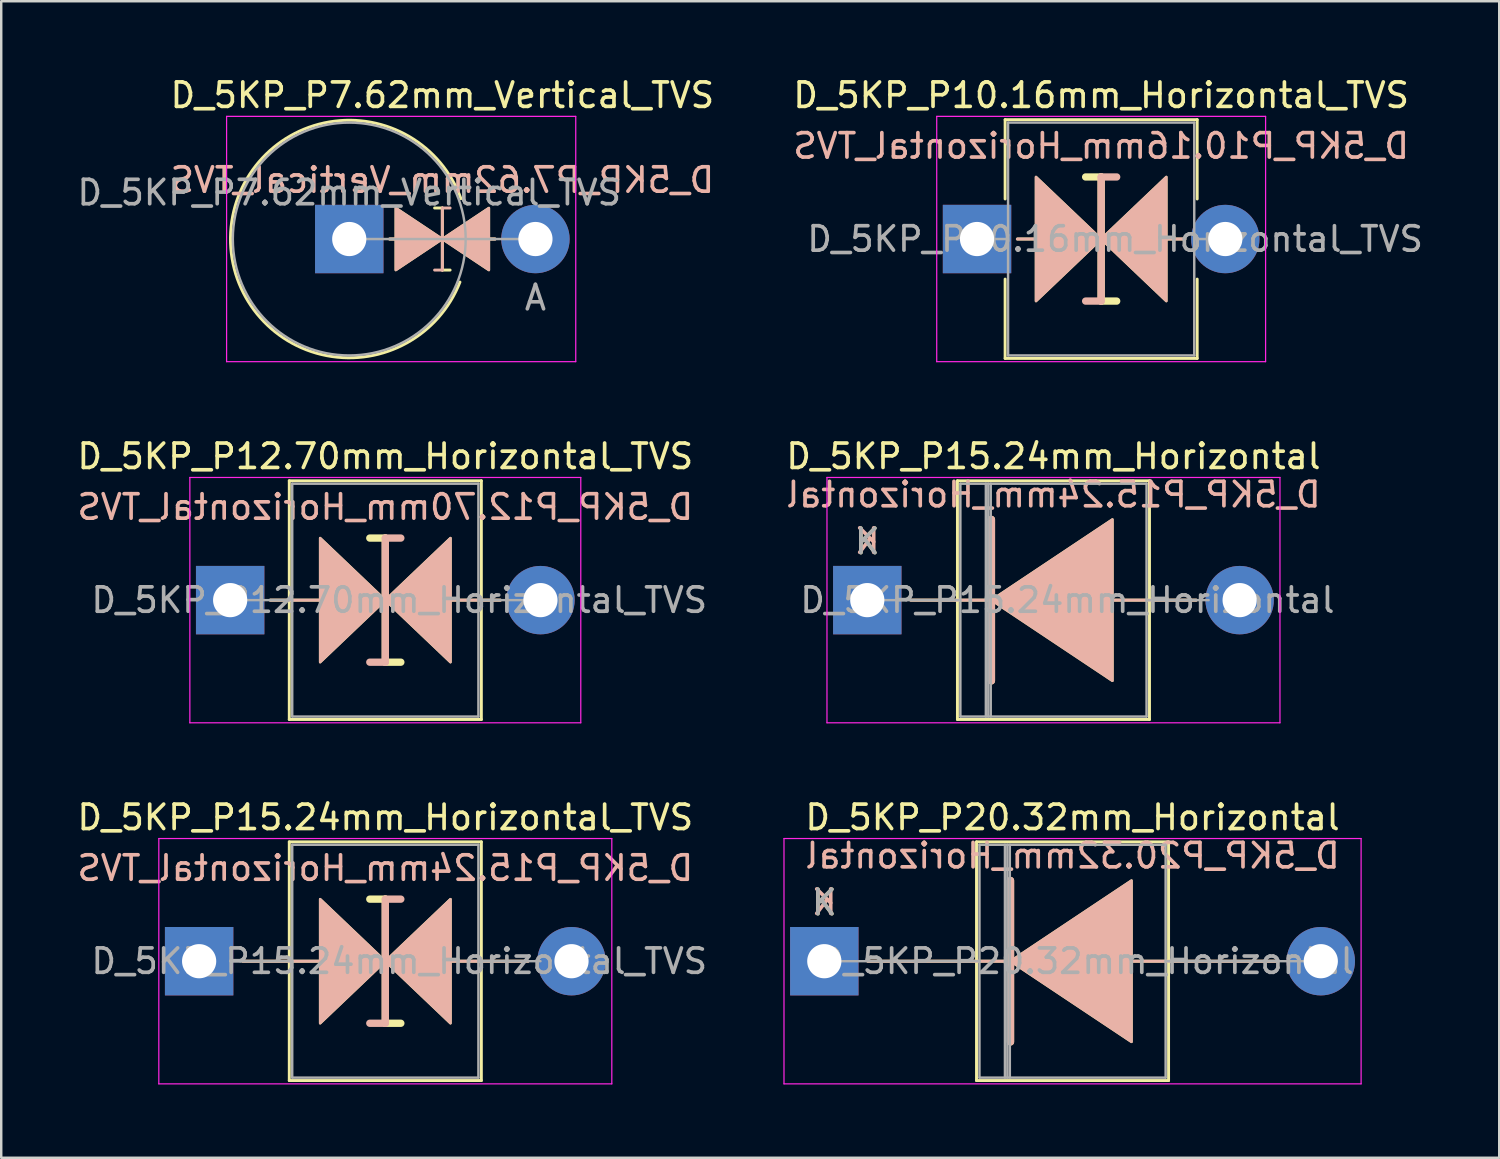
<source format=kicad_pcb>
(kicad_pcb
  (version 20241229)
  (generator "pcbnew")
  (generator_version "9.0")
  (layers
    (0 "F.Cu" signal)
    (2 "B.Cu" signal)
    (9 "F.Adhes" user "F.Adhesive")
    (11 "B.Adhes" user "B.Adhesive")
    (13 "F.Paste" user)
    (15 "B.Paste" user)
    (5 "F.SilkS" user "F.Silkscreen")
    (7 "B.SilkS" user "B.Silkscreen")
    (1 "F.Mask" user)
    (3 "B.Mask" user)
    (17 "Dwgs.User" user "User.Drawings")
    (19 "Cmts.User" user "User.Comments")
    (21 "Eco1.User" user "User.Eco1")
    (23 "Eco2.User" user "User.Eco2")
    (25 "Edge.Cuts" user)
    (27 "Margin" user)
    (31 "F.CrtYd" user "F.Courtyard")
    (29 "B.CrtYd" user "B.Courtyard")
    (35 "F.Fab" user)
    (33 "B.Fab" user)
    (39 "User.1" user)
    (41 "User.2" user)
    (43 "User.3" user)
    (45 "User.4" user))
  (footprint "D_5KP_P7.62mm_Vertical_TVS"
    (layer "F.Cu")
    (at 11.244 6.733)
    (property "Reference" "D_5KP_P7.62mm_Vertical_TVS" (at 3.81 -5.885 0) (layer "F.SilkS") (effects (font (size 1 1) (thickness 0.15))))
    (fp_line (start 1.651 0) (end 5.969 0) (stroke (width 0.12) (type solid)) (layer "F.SilkS"))
    (fp_line (start 3.493 -1.27) (end 3.81 -1.27) (stroke (width 0.12) (type solid)) (layer "F.SilkS"))
    (fp_line (start 3.81 -1.27) (end 3.81 1.27) (stroke (width 0.12) (type solid)) (layer "F.SilkS"))
    (fp_line (start 3.81 1.27) (end 4.128 1.27) (stroke (width 0.12) (type solid)) (layer "F.SilkS"))
    (fp_arc (start 4.530442 1.761839) (mid -4.860605 -0.059187) (end 4.572 -1.650999) (stroke (width 0.12) (type solid)) (layer "F.SilkS"))
    (fp_poly (pts (xy 1.905 -1.27) (xy 3.81 0) (xy 1.905 1.27)) (stroke (width 0.1) (type solid)) (fill yes) (layer "F.SilkS"))
    (fp_poly (pts (xy 5.715 1.27) (xy 3.81 0) (xy 5.715 -1.27)) (stroke (width 0.1) (type solid)) (fill yes) (layer "F.SilkS"))
    (fp_line (start 1.651 0) (end 5.969 0) (stroke (width 0.12) (type solid)) (layer "B.SilkS"))
    (fp_line (start 3.493 1.27) (end 3.81 1.27) (stroke (width 0.12) (type solid)) (layer "B.SilkS"))
    (fp_line (start 3.81 -1.27) (end 4.128 -1.27) (stroke (width 0.12) (type solid)) (layer "B.SilkS"))
    (fp_line (start 3.81 1.27) (end 3.81 -1.27) (stroke (width 0.12) (type solid)) (layer "B.SilkS"))
    (fp_poly (pts (xy 1.905 1.27) (xy 3.81 0) (xy 1.905 -1.27)) (stroke (width 0.1) (type solid)) (fill yes) (layer "B.SilkS"))
    (fp_poly (pts (xy 5.715 -1.27) (xy 3.81 0) (xy 5.715 1.27)) (stroke (width 0.1) (type solid)) (fill yes) (layer "B.SilkS"))
    (fp_line (start -5.02 -5.02) (end -5.02 5.02) (stroke (width 0.05) (type solid)) (layer "F.CrtYd"))
    (fp_line (start -5.02 5.02) (end 9.27 5.02) (stroke (width 0.05) (type solid)) (layer "F.CrtYd"))
    (fp_line (start 9.27 -5.02) (end -5.02 -5.02) (stroke (width 0.05) (type solid)) (layer "F.CrtYd"))
    (fp_line (start 9.27 5.02) (end 9.27 -5.02) (stroke (width 0.05) (type solid)) (layer "F.CrtYd"))
    (fp_line (start 0 0) (end 7.62 0) (stroke (width 0.1) (type solid)) (layer "F.Fab"))
    (fp_circle (center 0 0) (end 4.765 0) (stroke (width 0.1) (type solid)) (fill no) (layer "F.Fab"))
    (fp_text user "${REFERENCE}" (at 3.81 -2.413 0) (layer "B.SilkS") (effects (font (size 1 1) (thickness 0.15)) (justify mirror)))
    (fp_text user "${REFERENCE}" (at 0 -1.9 0) (layer "F.Fab") (effects (font (size 1 1) (thickness 0.15))))
    (fp_text user "A" (at 7.62 2.4 0) (layer "F.Fab") (effects (font (size 1 1) (thickness 0.15))))
    (pad "1" thru_hole rect (at 0 0) (size 2.8 2.8) (drill 1.4) (layers "*.Cu" "*.Mask"))
    (pad "2" thru_hole oval (at 7.62 0) (size 2.8 2.8) (drill 1.4) (layers "*.Cu" "*.Mask")))
  (footprint "D_5KP_P10.16mm_Horizontal_TVS"
    (layer "F.Cu")
    (at 36.938 6.733)
    (property "Reference" "D_5KP_P10.16mm_Horizontal_TVS" (at 5.08 -5.885 0) (layer "F.SilkS") (effects (font (size 1 1) (thickness 0.15))))
    (fp_line (start 1.15 -4.885) (end 9.01 -4.885) (stroke (width 0.12) (type solid)) (layer "F.SilkS"))
    (fp_line (start 1.15 -1.64) (end 1.15 -4.885) (stroke (width 0.12) (type solid)) (layer "F.SilkS"))
    (fp_line (start 1.15 1.64) (end 1.15 4.885) (stroke (width 0.12) (type solid)) (layer "F.SilkS"))
    (fp_line (start 1.15 4.885) (end 9.01 4.885) (stroke (width 0.12) (type solid)) (layer "F.SilkS"))
    (fp_line (start 1.651 0) (end 2.413 0) (stroke (width 0.12) (type solid)) (layer "F.SilkS"))
    (fp_line (start 5.08 -2.54) (end 4.445 -2.54) (stroke (width 0.3) (type solid)) (layer "F.SilkS"))
    (fp_line (start 5.08 2.54) (end 5.08 -2.54) (stroke (width 0.3) (type solid)) (layer "F.SilkS"))
    (fp_line (start 5.715 2.54) (end 5.08 2.54) (stroke (width 0.3) (type solid)) (layer "F.SilkS"))
    (fp_line (start 8.509 0) (end 7.747 0) (stroke (width 0.12) (type solid)) (layer "F.SilkS"))
    (fp_line (start 9.01 -4.885) (end 9.01 -1.64) (stroke (width 0.12) (type solid)) (layer "F.SilkS"))
    (fp_line (start 9.01 4.885) (end 9.01 1.64) (stroke (width 0.12) (type solid)) (layer "F.SilkS"))
    (fp_poly (pts (xy 5.08 0) (xy 2.413 2.54) (xy 2.413 -2.54)) (stroke (width 0.1) (type solid)) (fill yes) (layer "F.SilkS"))
    (fp_poly (pts (xy 5.08 0) (xy 7.747 -2.54) (xy 7.747 2.54)) (stroke (width 0.1) (type solid)) (fill yes) (layer "F.SilkS"))
    (fp_line (start 1.651 0) (end 2.413 0) (stroke (width 0.12) (type solid)) (layer "B.SilkS"))
    (fp_line (start 5.08 -2.54) (end 5.08 2.54) (stroke (width 0.3) (type solid)) (layer "B.SilkS"))
    (fp_line (start 5.08 2.54) (end 4.445 2.54) (stroke (width 0.3) (type solid)) (layer "B.SilkS"))
    (fp_line (start 5.715 -2.54) (end 5.08 -2.54) (stroke (width 0.3) (type solid)) (layer "B.SilkS"))
    (fp_line (start 8.509 0) (end 7.747 0) (stroke (width 0.12) (type solid)) (layer "B.SilkS"))
    (fp_poly (pts (xy 5.08 0) (xy 2.413 -2.54) (xy 2.413 2.54)) (stroke (width 0.1) (type solid)) (fill yes) (layer "B.SilkS"))
    (fp_poly (pts (xy 5.08 0) (xy 7.747 2.54) (xy 7.747 -2.54)) (stroke (width 0.1) (type solid)) (fill yes) (layer "B.SilkS"))
    (fp_line (start -1.65 -5.02) (end -1.65 5.02) (stroke (width 0.05) (type solid)) (layer "F.CrtYd"))
    (fp_line (start -1.65 5.02) (end 11.81 5.02) (stroke (width 0.05) (type solid)) (layer "F.CrtYd"))
    (fp_line (start 11.81 -5.02) (end -1.65 -5.02) (stroke (width 0.05) (type solid)) (layer "F.CrtYd"))
    (fp_line (start 11.81 5.02) (end 11.81 -5.02) (stroke (width 0.05) (type solid)) (layer "F.CrtYd"))
    (fp_line (start 0 0) (end 1.27 0) (stroke (width 0.1) (type solid)) (layer "F.Fab"))
    (fp_line (start 1.27 -4.765) (end 1.27 4.765) (stroke (width 0.1) (type solid)) (layer "F.Fab"))
    (fp_line (start 1.27 4.765) (end 8.89 4.765) (stroke (width 0.1) (type solid)) (layer "F.Fab"))
    (fp_line (start 8.89 -4.765) (end 1.27 -4.765) (stroke (width 0.1) (type solid)) (layer "F.Fab"))
    (fp_line (start 8.89 4.765) (end 8.89 -4.765) (stroke (width 0.1) (type solid)) (layer "F.Fab"))
    (fp_line (start 10.16 0) (end 8.89 0) (stroke (width 0.1) (type solid)) (layer "F.Fab"))
    (fp_text user "${REFERENCE}" (at 5.08 -3.81 0) (layer "B.SilkS") (effects (font (size 1 1) (thickness 0.15)) (justify mirror)))
    (fp_text user "${REFERENCE}" (at 5.652 0 0) (layer "F.Fab") (effects (font (size 1 1) (thickness 0.15))))
    (pad "1" thru_hole rect (at 0 0) (size 2.8 2.8) (drill 1.4) (layers "*.Cu" "*.Mask"))
    (pad "2" thru_hole oval (at 10.16 0) (size 2.8 2.8) (drill 1.4) (layers "*.Cu" "*.Mask")))
  (footprint "D_5KP_P15.24mm_Horizontal"
    (layer "F.Cu")
    (at 32.446 21.512)
    (property "Reference" "D_5KP_P15.24mm_Horizontal" (at 7.62 -5.885 0) (layer "F.SilkS") (effects (font (size 1 1) (thickness 0.15))))
    (fp_line (start 1.778 0) (end 4.953 0) (stroke (width 0.12) (type solid)) (layer "F.SilkS"))
    (fp_line (start 3.69 -4.885) (end 3.69 4.885) (stroke (width 0.12) (type solid)) (layer "F.SilkS"))
    (fp_line (start 3.69 4.885) (end 11.55 4.885) (stroke (width 0.12) (type solid)) (layer "F.SilkS"))
    (fp_line (start 5.08 -3.302) (end 5.08 3.302) (stroke (width 0.3) (type solid)) (layer "F.SilkS"))
    (fp_line (start 11.55 -4.885) (end 3.69 -4.885) (stroke (width 0.12) (type solid)) (layer "F.SilkS"))
    (fp_line (start 11.55 4.885) (end 11.55 -4.885) (stroke (width 0.12) (type solid)) (layer "F.SilkS"))
    (fp_line (start 13.462 0) (end 10.07 0) (stroke (width 0.12) (type solid)) (layer "F.SilkS"))
    (fp_poly (pts (xy 10.033 3.302) (xy 5.08 0) (xy 10.033 -3.302)) (stroke (width 0.1) (type solid)) (fill yes) (layer "F.SilkS"))
    (fp_line (start 1.778 0) (end 4.953 0) (stroke (width 0.12) (type solid)) (layer "B.SilkS"))
    (fp_line (start 5.08 3.302) (end 5.08 -3.302) (stroke (width 0.3) (type solid)) (layer "B.SilkS"))
    (fp_line (start 13.462 0) (end 10.07 0) (stroke (width 0.12) (type solid)) (layer "B.SilkS"))
    (fp_poly (pts (xy 10.033 -3.302) (xy 5.08 0) (xy 10.033 3.302)) (stroke (width 0.1) (type solid)) (fill yes) (layer "B.SilkS"))
    (fp_line (start -1.65 -5.02) (end -1.65 5.02) (stroke (width 0.05) (type solid)) (layer "F.CrtYd"))
    (fp_line (start -1.65 5.02) (end 16.89 5.02) (stroke (width 0.05) (type solid)) (layer "F.CrtYd"))
    (fp_line (start 16.89 -5.02) (end -1.65 -5.02) (stroke (width 0.05) (type solid)) (layer "F.CrtYd"))
    (fp_line (start 16.89 5.02) (end 16.89 -5.02) (stroke (width 0.05) (type solid)) (layer "F.CrtYd"))
    (fp_line (start 0 0) (end 3.81 0) (stroke (width 0.1) (type solid)) (layer "F.Fab"))
    (fp_line (start 3.81 -4.765) (end 3.81 4.765) (stroke (width 0.1) (type solid)) (layer "F.Fab"))
    (fp_line (start 3.81 4.765) (end 11.43 4.765) (stroke (width 0.1) (type solid)) (layer "F.Fab"))
    (fp_line (start 4.853 -4.765) (end 4.853 4.765) (stroke (width 0.1) (type solid)) (layer "F.Fab"))
    (fp_line (start 4.953 -4.765) (end 4.953 4.765) (stroke (width 0.1) (type solid)) (layer "F.Fab"))
    (fp_line (start 5.053 -4.765) (end 5.053 4.765) (stroke (width 0.1) (type solid)) (layer "F.Fab"))
    (fp_line (start 11.43 -4.765) (end 3.81 -4.765) (stroke (width 0.1) (type solid)) (layer "F.Fab"))
    (fp_line (start 11.43 4.765) (end 11.43 -4.765) (stroke (width 0.1) (type solid)) (layer "F.Fab"))
    (fp_line (start 13.97 0) (end 11.43 0) (stroke (width 0.1) (type solid)) (layer "F.Fab"))
    (fp_text user "K" (at 0 -2.4 0) (layer "F.SilkS") (effects (font (size 1 1) (thickness 0.15))))
    (fp_text user "${REFERENCE}" (at 7.62 -4.318 0) (layer "B.SilkS") (effects (font (size 1 1) (thickness 0.15)) (justify mirror)))
    (fp_text user "K" (at 0 -2.413 0) (layer "B.SilkS") (effects (font (size 1 1) (thickness 0.15)) (justify mirror)))
    (fp_text user "K" (at 0 -2.4 0) (layer "F.Fab") (effects (font (size 1 1) (thickness 0.15))))
    (fp_text user "${REFERENCE}" (at 8.191 0 0) (layer "F.Fab") (effects (font (size 1 1) (thickness 0.15))))
    (pad "1" thru_hole rect (at 0 0) (size 2.8 2.8) (drill 1.4) (layers "*.Cu" "*.Mask"))
    (pad "2" thru_hole oval (at 15.24 0) (size 2.8 2.8) (drill 1.4) (layers "*.Cu" "*.Mask")))
  (footprint "D_5KP_P20.32mm_Horizontal"
    (layer "F.Cu")
    (at 30.687 36.29)
    (property "Reference" "D_5KP_P20.32mm_Horizontal" (at 10.16 -5.885 0) (layer "F.SilkS") (effects (font (size 1 1) (thickness 0.15))))
    (fp_line (start 1.778 0) (end 7.493 0) (stroke (width 0.12) (type solid)) (layer "F.SilkS"))
    (fp_line (start 6.23 -4.885) (end 6.23 4.885) (stroke (width 0.12) (type solid)) (layer "F.SilkS"))
    (fp_line (start 6.23 4.885) (end 14.09 4.885) (stroke (width 0.12) (type solid)) (layer "F.SilkS"))
    (fp_line (start 7.62 -3.302) (end 7.62 3.302) (stroke (width 0.3) (type solid)) (layer "F.SilkS"))
    (fp_line (start 14.09 -4.885) (end 6.23 -4.885) (stroke (width 0.12) (type solid)) (layer "F.SilkS"))
    (fp_line (start 14.09 4.885) (end 14.09 -4.885) (stroke (width 0.12) (type solid)) (layer "F.SilkS"))
    (fp_line (start 18.542 0) (end 12.61 0) (stroke (width 0.12) (type solid)) (layer "F.SilkS"))
    (fp_poly (pts (xy 12.573 3.302) (xy 7.62 0) (xy 12.573 -3.302)) (stroke (width 0.1) (type solid)) (fill yes) (layer "F.SilkS"))
    (fp_line (start 1.778 0) (end 7.493 0) (stroke (width 0.12) (type solid)) (layer "B.SilkS"))
    (fp_line (start 7.62 3.302) (end 7.62 -3.302) (stroke (width 0.3) (type solid)) (layer "B.SilkS"))
    (fp_line (start 18.542 0) (end 12.61 0) (stroke (width 0.12) (type solid)) (layer "B.SilkS"))
    (fp_poly (pts (xy 12.573 -3.302) (xy 7.62 0) (xy 12.573 3.302)) (stroke (width 0.1) (type solid)) (fill yes) (layer "B.SilkS"))
    (fp_line (start -1.65 -5.02) (end -1.65 5.02) (stroke (width 0.05) (type solid)) (layer "F.CrtYd"))
    (fp_line (start -1.65 5.02) (end 21.97 5.02) (stroke (width 0.05) (type solid)) (layer "F.CrtYd"))
    (fp_line (start 21.97 -5.02) (end -1.65 -5.02) (stroke (width 0.05) (type solid)) (layer "F.CrtYd"))
    (fp_line (start 21.97 5.02) (end 21.97 -5.02) (stroke (width 0.05) (type solid)) (layer "F.CrtYd"))
    (fp_line (start 0 0) (end 6.35 0) (stroke (width 0.1) (type solid)) (layer "F.Fab"))
    (fp_line (start 6.35 -4.765) (end 6.35 4.765) (stroke (width 0.1) (type solid)) (layer "F.Fab"))
    (fp_line (start 6.35 4.765) (end 13.97 4.765) (stroke (width 0.1) (type solid)) (layer "F.Fab"))
    (fp_line (start 7.393 -4.765) (end 7.393 4.765) (stroke (width 0.1) (type solid)) (layer "F.Fab"))
    (fp_line (start 7.493 -4.765) (end 7.493 4.765) (stroke (width 0.1) (type solid)) (layer "F.Fab"))
    (fp_line (start 7.593 -4.765) (end 7.593 4.765) (stroke (width 0.1) (type solid)) (layer "F.Fab"))
    (fp_line (start 13.97 -4.765) (end 6.35 -4.765) (stroke (width 0.1) (type solid)) (layer "F.Fab"))
    (fp_line (start 13.97 4.765) (end 13.97 -4.765) (stroke (width 0.1) (type solid)) (layer "F.Fab"))
    (fp_line (start 20.32 0) (end 13.97 0) (stroke (width 0.1) (type solid)) (layer "F.Fab"))
    (fp_text user "K" (at 0 -2.4 0) (layer "F.SilkS") (effects (font (size 1 1) (thickness 0.15))))
    (fp_text user "K" (at 0 -2.413 0) (layer "B.SilkS") (effects (font (size 1 1) (thickness 0.15)) (justify mirror)))
    (fp_text user "${REFERENCE}" (at 10.16 -4.318 0) (layer "B.SilkS") (effects (font (size 1 1) (thickness 0.15)) (justify mirror)))
    (fp_text user "${REFERENCE}" (at 10.732 0 0) (layer "F.Fab") (effects (font (size 1 1) (thickness 0.15))))
    (fp_text user "K" (at 0 -2.4 0) (layer "F.Fab") (effects (font (size 1 1) (thickness 0.15))))
    (pad "1" thru_hole rect (at 0 0) (size 2.8 2.8) (drill 1.4) (layers "*.Cu" "*.Mask"))
    (pad "2" thru_hole oval (at 20.32 0) (size 2.8 2.8) (drill 1.4) (layers "*.Cu" "*.Mask")))
  (footprint "D_5KP_P15.24mm_Horizontal_TVS"
    (layer "F.Cu")
    (at 5.1 36.29)
    (property "Reference" "D_5KP_P15.24mm_Horizontal_TVS" (at 7.62 -5.885 0) (layer "F.SilkS") (effects (font (size 1 1) (thickness 0.15))))
    (fp_line (start 1.778 0) (end 4.953 0) (stroke (width 0.12) (type solid)) (layer "F.SilkS"))
    (fp_line (start 3.69 -4.885) (end 3.69 4.885) (stroke (width 0.12) (type solid)) (layer "F.SilkS"))
    (fp_line (start 3.69 4.885) (end 11.55 4.885) (stroke (width 0.12) (type solid)) (layer "F.SilkS"))
    (fp_line (start 7.62 -2.54) (end 6.985 -2.54) (stroke (width 0.3) (type solid)) (layer "F.SilkS"))
    (fp_line (start 7.62 2.54) (end 7.62 -2.54) (stroke (width 0.3) (type solid)) (layer "F.SilkS"))
    (fp_line (start 8.255 2.54) (end 7.62 2.54) (stroke (width 0.3) (type solid)) (layer "F.SilkS"))
    (fp_line (start 11.55 -4.885) (end 3.69 -4.885) (stroke (width 0.12) (type solid)) (layer "F.SilkS"))
    (fp_line (start 11.55 4.885) (end 11.55 -4.885) (stroke (width 0.12) (type solid)) (layer "F.SilkS"))
    (fp_line (start 13.462 0) (end 10.287 0) (stroke (width 0.12) (type solid)) (layer "F.SilkS"))
    (fp_poly (pts (xy 7.62 0) (xy 4.953 2.54) (xy 4.953 -2.54)) (stroke (width 0.1) (type solid)) (fill yes) (layer "F.SilkS"))
    (fp_poly (pts (xy 7.62 0) (xy 10.287 -2.54) (xy 10.287 2.54)) (stroke (width 0.1) (type solid)) (fill yes) (layer "F.SilkS"))
    (fp_line (start 1.778 0) (end 4.953 0) (stroke (width 0.12) (type solid)) (layer "B.SilkS"))
    (fp_line (start 7.62 -2.54) (end 7.62 2.54) (stroke (width 0.3) (type solid)) (layer "B.SilkS"))
    (fp_line (start 7.62 2.54) (end 6.985 2.54) (stroke (width 0.3) (type solid)) (layer "B.SilkS"))
    (fp_line (start 8.255 -2.54) (end 7.62 -2.54) (stroke (width 0.3) (type solid)) (layer "B.SilkS"))
    (fp_line (start 13.462 0) (end 10.287 0) (stroke (width 0.12) (type solid)) (layer "B.SilkS"))
    (fp_poly (pts (xy 7.62 0) (xy 4.953 -2.54) (xy 4.953 2.54)) (stroke (width 0.1) (type solid)) (fill yes) (layer "B.SilkS"))
    (fp_poly (pts (xy 7.62 0) (xy 10.287 2.54) (xy 10.287 -2.54)) (stroke (width 0.1) (type solid)) (fill yes) (layer "B.SilkS"))
    (fp_line (start -1.65 -5.02) (end -1.65 5.02) (stroke (width 0.05) (type solid)) (layer "F.CrtYd"))
    (fp_line (start -1.65 5.02) (end 16.89 5.02) (stroke (width 0.05) (type solid)) (layer "F.CrtYd"))
    (fp_line (start 16.89 -5.02) (end -1.65 -5.02) (stroke (width 0.05) (type solid)) (layer "F.CrtYd"))
    (fp_line (start 16.89 5.02) (end 16.89 -5.02) (stroke (width 0.05) (type solid)) (layer "F.CrtYd"))
    (fp_line (start 1.27 0) (end 3.81 0) (stroke (width 0.1) (type solid)) (layer "F.Fab"))
    (fp_line (start 3.81 -4.765) (end 3.81 4.765) (stroke (width 0.1) (type solid)) (layer "F.Fab"))
    (fp_line (start 3.81 4.765) (end 11.43 4.765) (stroke (width 0.1) (type solid)) (layer "F.Fab"))
    (fp_line (start 11.43 -4.765) (end 3.81 -4.765) (stroke (width 0.1) (type solid)) (layer "F.Fab"))
    (fp_line (start 11.43 4.765) (end 11.43 -4.765) (stroke (width 0.1) (type solid)) (layer "F.Fab"))
    (fp_line (start 13.97 0) (end 11.43 0) (stroke (width 0.1) (type solid)) (layer "F.Fab"))
    (fp_text user "${REFERENCE}" (at 7.62 -3.81 0) (layer "B.SilkS") (effects (font (size 1 1) (thickness 0.15)) (justify mirror)))
    (fp_text user "${REFERENCE}" (at 8.191 0 0) (layer "F.Fab") (effects (font (size 1 1) (thickness 0.15))))
    (pad "1" thru_hole rect (at 0 0) (size 2.8 2.8) (drill 1.4) (layers "*.Cu" "*.Mask"))
    (pad "2" thru_hole oval (at 15.24 0) (size 2.8 2.8) (drill 1.4) (layers "*.Cu" "*.Mask")))
  (footprint "D_5KP_P12.70mm_Horizontal_TVS"
    (layer "F.Cu")
    (at 6.37 21.512)
    (property "Reference" "D_5KP_P12.70mm_Horizontal_TVS" (at 6.35 -5.885 0) (layer "F.SilkS") (effects (font (size 1 1) (thickness 0.15))))
    (fp_line (start 1.64 0) (end 2.42 0) (stroke (width 0.12) (type solid)) (layer "F.SilkS"))
    (fp_line (start 2.42 -4.885) (end 2.42 4.885) (stroke (width 0.12) (type solid)) (layer "F.SilkS"))
    (fp_line (start 2.42 0) (end 3.683 0) (stroke (width 0.12) (type solid)) (layer "F.SilkS"))
    (fp_line (start 2.42 4.885) (end 10.28 4.885) (stroke (width 0.12) (type solid)) (layer "F.SilkS"))
    (fp_line (start 6.35 -2.54) (end 5.715 -2.54) (stroke (width 0.3) (type solid)) (layer "F.SilkS"))
    (fp_line (start 6.35 2.54) (end 6.35 -2.54) (stroke (width 0.3) (type solid)) (layer "F.SilkS"))
    (fp_line (start 6.985 2.54) (end 6.35 2.54) (stroke (width 0.3) (type solid)) (layer "F.SilkS"))
    (fp_line (start 10.28 -4.885) (end 2.42 -4.885) (stroke (width 0.12) (type solid)) (layer "F.SilkS"))
    (fp_line (start 10.28 0) (end 9.017 0) (stroke (width 0.12) (type solid)) (layer "F.SilkS"))
    (fp_line (start 10.28 4.885) (end 10.28 -4.885) (stroke (width 0.12) (type solid)) (layer "F.SilkS"))
    (fp_line (start 11.06 0) (end 10.28 0) (stroke (width 0.12) (type solid)) (layer "F.SilkS"))
    (fp_poly (pts (xy 6.35 0) (xy 3.683 2.54) (xy 3.683 -2.54)) (stroke (width 0.1) (type solid)) (fill yes) (layer "F.SilkS"))
    (fp_poly (pts (xy 6.35 0) (xy 9.017 -2.54) (xy 9.017 2.54)) (stroke (width 0.1) (type solid)) (fill yes) (layer "F.SilkS"))
    (fp_line (start 1.64 0) (end 2.42 0) (stroke (width 0.12) (type solid)) (layer "B.SilkS"))
    (fp_line (start 2.42 0) (end 3.683 0) (stroke (width 0.12) (type solid)) (layer "B.SilkS"))
    (fp_line (start 6.35 -2.54) (end 6.35 2.54) (stroke (width 0.3) (type solid)) (layer "B.SilkS"))
    (fp_line (start 6.35 2.54) (end 5.715 2.54) (stroke (width 0.3) (type solid)) (layer "B.SilkS"))
    (fp_line (start 6.985 -2.54) (end 6.35 -2.54) (stroke (width 0.3) (type solid)) (layer "B.SilkS"))
    (fp_line (start 10.28 0) (end 9.017 0) (stroke (width 0.12) (type solid)) (layer "B.SilkS"))
    (fp_line (start 11.06 0) (end 10.28 0) (stroke (width 0.12) (type solid)) (layer "B.SilkS"))
    (fp_poly (pts (xy 6.35 0) (xy 3.683 -2.54) (xy 3.683 2.54)) (stroke (width 0.1) (type solid)) (fill yes) (layer "B.SilkS"))
    (fp_poly (pts (xy 6.35 0) (xy 9.017 2.54) (xy 9.017 -2.54)) (stroke (width 0.1) (type solid)) (fill yes) (layer "B.SilkS"))
    (fp_line (start -1.65 -5.02) (end -1.65 5.02) (stroke (width 0.05) (type solid)) (layer "F.CrtYd"))
    (fp_line (start -1.65 5.02) (end 14.35 5.02) (stroke (width 0.05) (type solid)) (layer "F.CrtYd"))
    (fp_line (start 14.35 -5.02) (end -1.65 -5.02) (stroke (width 0.05) (type solid)) (layer "F.CrtYd"))
    (fp_line (start 14.35 5.02) (end 14.35 -5.02) (stroke (width 0.05) (type solid)) (layer "F.CrtYd"))
    (fp_line (start 0 0) (end 2.54 0) (stroke (width 0.1) (type solid)) (layer "F.Fab"))
    (fp_line (start 2.54 -4.765) (end 2.54 4.765) (stroke (width 0.1) (type solid)) (layer "F.Fab"))
    (fp_line (start 2.54 4.765) (end 10.16 4.765) (stroke (width 0.1) (type solid)) (layer "F.Fab"))
    (fp_line (start 10.16 -4.765) (end 2.54 -4.765) (stroke (width 0.1) (type solid)) (layer "F.Fab"))
    (fp_line (start 10.16 4.765) (end 10.16 -4.765) (stroke (width 0.1) (type solid)) (layer "F.Fab"))
    (fp_line (start 12.7 0) (end 10.16 0) (stroke (width 0.1) (type solid)) (layer "F.Fab"))
    (fp_text user "${REFERENCE}" (at 6.35 -3.81 0) (layer "B.SilkS") (effects (font (size 1 1) (thickness 0.15)) (justify mirror)))
    (fp_text user "${REFERENCE}" (at 6.921 0 0) (layer "F.Fab") (effects (font (size 1 1) (thickness 0.15))))
    (pad "1" thru_hole rect (at 0 0) (size 2.8 2.8) (drill 1.4) (layers "*.Cu" "*.Mask"))
    (pad "2" thru_hole oval (at 12.7 0) (size 2.8 2.8) (drill 1.4) (layers "*.Cu" "*.Mask")))
  (gr_rect
    (start -3 -3)
    (end 58.31 44.335)
    (stroke (width 0.1) (type default))
    (fill no)
    (layer "Edge.Cuts")))
</source>
